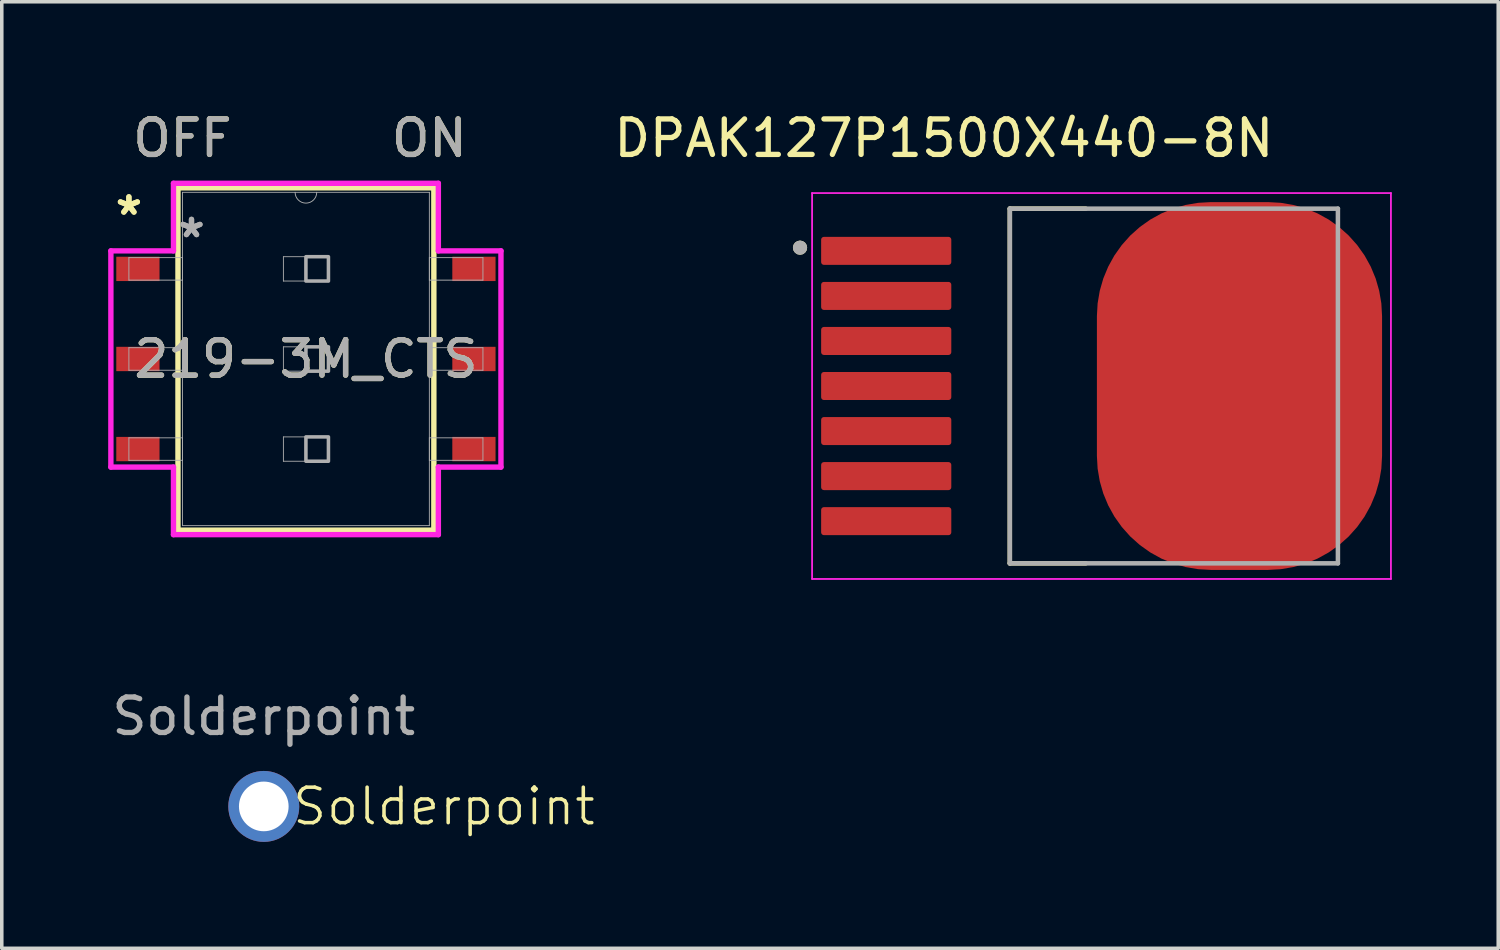
<source format=kicad_pcb>
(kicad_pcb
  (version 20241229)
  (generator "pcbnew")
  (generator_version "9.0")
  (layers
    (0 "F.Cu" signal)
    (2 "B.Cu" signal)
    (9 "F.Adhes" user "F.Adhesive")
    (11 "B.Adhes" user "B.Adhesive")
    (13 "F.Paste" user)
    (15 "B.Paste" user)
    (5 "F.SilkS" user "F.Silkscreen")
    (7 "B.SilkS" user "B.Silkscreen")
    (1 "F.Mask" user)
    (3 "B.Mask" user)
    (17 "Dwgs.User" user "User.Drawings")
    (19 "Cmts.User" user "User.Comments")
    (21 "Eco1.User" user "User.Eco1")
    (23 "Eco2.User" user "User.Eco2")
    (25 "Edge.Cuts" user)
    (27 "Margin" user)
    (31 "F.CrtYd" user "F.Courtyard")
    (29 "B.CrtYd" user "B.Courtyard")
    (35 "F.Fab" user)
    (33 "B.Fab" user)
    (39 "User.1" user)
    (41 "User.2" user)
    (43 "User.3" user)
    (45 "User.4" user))
  (footprint "219-3M_CTS"
    (layer "F.Cu")
    (at 5.575 7.071)
    (property "Reference" "219-3M_CTS" (at 0 0 0) (unlocked yes) (layer "F.SilkS") (effects (font (size 1 1) (thickness 0.15))))
    (attr smd)
    (fp_line (start -3.607 -4.826) (end -3.607 4.826) (stroke (width 0.152) (type solid)) (layer "F.SilkS"))
    (fp_line (start -3.607 4.826) (end 3.607 4.826) (stroke (width 0.152) (type solid)) (layer "F.SilkS"))
    (fp_line (start 3.607 -4.826) (end -3.607 -4.826) (stroke (width 0.152) (type solid)) (layer "F.SilkS"))
    (fp_line (start 3.607 4.826) (end 3.607 -4.826) (stroke (width 0.152) (type solid)) (layer "F.SilkS"))
    (fp_line (start -5.499 -3.048) (end -3.734 -3.048) (stroke (width 0.152) (type solid)) (layer "F.CrtYd"))
    (fp_line (start -5.499 3.048) (end -5.499 -3.048) (stroke (width 0.152) (type solid)) (layer "F.CrtYd"))
    (fp_line (start -3.734 -4.953) (end 3.734 -4.953) (stroke (width 0.152) (type solid)) (layer "F.CrtYd"))
    (fp_line (start -3.734 -3.048) (end -3.734 -4.953) (stroke (width 0.152) (type solid)) (layer "F.CrtYd"))
    (fp_line (start -3.734 3.048) (end -5.499 3.048) (stroke (width 0.152) (type solid)) (layer "F.CrtYd"))
    (fp_line (start -3.734 4.953) (end -3.734 3.048) (stroke (width 0.152) (type solid)) (layer "F.CrtYd"))
    (fp_line (start 3.734 -4.953) (end 3.734 -3.048) (stroke (width 0.152) (type solid)) (layer "F.CrtYd"))
    (fp_line (start 3.734 -3.048) (end 5.499 -3.048) (stroke (width 0.152) (type solid)) (layer "F.CrtYd"))
    (fp_line (start 3.734 3.048) (end 3.734 4.953) (stroke (width 0.152) (type solid)) (layer "F.CrtYd"))
    (fp_line (start 3.734 4.953) (end -3.734 4.953) (stroke (width 0.152) (type solid)) (layer "F.CrtYd"))
    (fp_line (start 5.499 -3.048) (end 5.499 3.048) (stroke (width 0.152) (type solid)) (layer "F.CrtYd"))
    (fp_line (start 5.499 3.048) (end 3.734 3.048) (stroke (width 0.152) (type solid)) (layer "F.CrtYd"))
    (fp_line (start -4.991 -2.857) (end -4.991 -2.223) (stroke (width 0.025) (type solid)) (layer "F.Fab"))
    (fp_line (start -4.991 -2.223) (end -3.48 -2.223) (stroke (width 0.025) (type solid)) (layer "F.Fab"))
    (fp_line (start -4.991 -0.318) (end -4.991 0.318) (stroke (width 0.025) (type solid)) (layer "F.Fab"))
    (fp_line (start -4.991 0.318) (end -3.48 0.318) (stroke (width 0.025) (type solid)) (layer "F.Fab"))
    (fp_line (start -4.991 2.223) (end -4.991 2.857) (stroke (width 0.025) (type solid)) (layer "F.Fab"))
    (fp_line (start -4.991 2.857) (end -3.48 2.857) (stroke (width 0.025) (type solid)) (layer "F.Fab"))
    (fp_line (start -3.48 -4.699) (end -3.48 4.699) (stroke (width 0.025) (type solid)) (layer "F.Fab"))
    (fp_line (start -3.48 -2.857) (end -4.991 -2.857) (stroke (width 0.025) (type solid)) (layer "F.Fab"))
    (fp_line (start -3.48 -2.223) (end -3.48 -2.857) (stroke (width 0.025) (type solid)) (layer "F.Fab"))
    (fp_line (start -3.48 -0.318) (end -4.991 -0.318) (stroke (width 0.025) (type solid)) (layer "F.Fab"))
    (fp_line (start -3.48 0.318) (end -3.48 -0.318) (stroke (width 0.025) (type solid)) (layer "F.Fab"))
    (fp_line (start -3.48 2.223) (end -4.991 2.223) (stroke (width 0.025) (type solid)) (layer "F.Fab"))
    (fp_line (start -3.48 2.857) (end -3.48 2.223) (stroke (width 0.025) (type solid)) (layer "F.Fab"))
    (fp_line (start -3.48 4.699) (end 3.48 4.699) (stroke (width 0.025) (type solid)) (layer "F.Fab"))
    (fp_line (start -0.635 -2.883) (end 0.635 -2.883) (stroke (width 0.025) (type solid)) (layer "F.Fab"))
    (fp_line (start -0.635 -2.197) (end -0.635 -2.883) (stroke (width 0.025) (type solid)) (layer "F.Fab"))
    (fp_line (start -0.635 -0.343) (end 0.635 -0.343) (stroke (width 0.025) (type solid)) (layer "F.Fab"))
    (fp_line (start -0.635 0.343) (end -0.635 -0.343) (stroke (width 0.025) (type solid)) (layer "F.Fab"))
    (fp_line (start -0.635 2.197) (end 0.635 2.197) (stroke (width 0.025) (type solid)) (layer "F.Fab"))
    (fp_line (start -0.635 2.883) (end -0.635 2.197) (stroke (width 0.025) (type solid)) (layer "F.Fab"))
    (fp_line (start 0.635 -2.883) (end 0.635 -2.197) (stroke (width 0.025) (type solid)) (layer "F.Fab"))
    (fp_line (start 0.635 -2.197) (end -0.635 -2.197) (stroke (width 0.025) (type solid)) (layer "F.Fab"))
    (fp_line (start 0.635 -0.343) (end 0.635 0.343) (stroke (width 0.025) (type solid)) (layer "F.Fab"))
    (fp_line (start 0.635 0.343) (end -0.635 0.343) (stroke (width 0.025) (type solid)) (layer "F.Fab"))
    (fp_line (start 0.635 2.197) (end 0.635 2.883) (stroke (width 0.025) (type solid)) (layer "F.Fab"))
    (fp_line (start 0.635 2.883) (end -0.635 2.883) (stroke (width 0.025) (type solid)) (layer "F.Fab"))
    (fp_line (start 3.48 -4.699) (end -3.48 -4.699) (stroke (width 0.025) (type solid)) (layer "F.Fab"))
    (fp_line (start 3.48 -2.857) (end 3.48 -2.223) (stroke (width 0.025) (type solid)) (layer "F.Fab"))
    (fp_line (start 3.48 -2.223) (end 4.991 -2.223) (stroke (width 0.025) (type solid)) (layer "F.Fab"))
    (fp_line (start 3.48 -0.318) (end 3.48 0.318) (stroke (width 0.025) (type solid)) (layer "F.Fab"))
    (fp_line (start 3.48 0.318) (end 4.991 0.318) (stroke (width 0.025) (type solid)) (layer "F.Fab"))
    (fp_line (start 3.48 2.223) (end 3.48 2.857) (stroke (width 0.025) (type solid)) (layer "F.Fab"))
    (fp_line (start 3.48 2.857) (end 4.991 2.857) (stroke (width 0.025) (type solid)) (layer "F.Fab"))
    (fp_line (start 3.48 4.699) (end 3.48 -4.699) (stroke (width 0.025) (type solid)) (layer "F.Fab"))
    (fp_line (start 4.991 -2.857) (end 3.48 -2.857) (stroke (width 0.025) (type solid)) (layer "F.Fab"))
    (fp_line (start 4.991 -2.223) (end 4.991 -2.857) (stroke (width 0.025) (type solid)) (layer "F.Fab"))
    (fp_line (start 4.991 -0.318) (end 3.48 -0.318) (stroke (width 0.025) (type solid)) (layer "F.Fab"))
    (fp_line (start 4.991 0.318) (end 4.991 -0.318) (stroke (width 0.025) (type solid)) (layer "F.Fab"))
    (fp_line (start 4.991 2.223) (end 3.48 2.223) (stroke (width 0.025) (type solid)) (layer "F.Fab"))
    (fp_line (start 4.991 2.857) (end 4.991 2.223) (stroke (width 0.025) (type solid)) (layer "F.Fab"))
    (fp_arc (start 0.3048 -4.699) (mid 0 -4.3942) (end -0.3048 -4.699) (stroke (width 0.0254) (type solid)) (layer "F.Fab"))
    (fp_poly (pts (xy 0 -2.883) (xy 0.635 -2.883) (xy 0.635 -2.197) (xy 0 -2.197)) (stroke (width 0.1) (type solid)) (fill no) (layer "F.Fab"))
    (fp_poly (pts (xy 0 -0.343) (xy 0.635 -0.343) (xy 0.635 0.343) (xy 0 0.343)) (stroke (width 0.1) (type solid)) (fill no) (layer "F.Fab"))
    (fp_poly (pts (xy 0 2.197) (xy 0.635 2.197) (xy 0.635 2.883) (xy 0 2.883)) (stroke (width 0.1) (type solid)) (fill no) (layer "F.Fab"))
    (fp_text user "ON" (at 3.48 -6.223 0) (unlocked yes) (layer "F.SilkS") (effects (font (size 1 1) (thickness 0.15))))
    (fp_text user "OFF" (at -3.48 -6.223 0) (unlocked yes) (layer "F.SilkS") (effects (font (size 1 1) (thickness 0.15))))
    (fp_text user "*" (at -4.991 -4.026 0) (layer "F.SilkS") (effects (font (size 1 1) (thickness 0.15))))
    (fp_text user "*" (at -4.991 -4.026 0) (unlocked yes) (layer "F.SilkS") (effects (font (size 1 1) (thickness 0.15))))
    (fp_text user "*" (at -3.226 -3.391 0) (unlocked yes) (layer "F.Fab") (effects (font (size 1 1) (thickness 0.15))))
    (fp_text user "OFF" (at -3.48 -6.223 0) (unlocked yes) (layer "F.Fab") (effects (font (size 1 1) (thickness 0.15))))
    (fp_text user "${REFERENCE}" (at 0 0 0) (unlocked yes) (layer "F.Fab") (effects (font (size 1 1) (thickness 0.15))))
    (fp_text user "ON" (at 3.48 -6.223 0) (unlocked yes) (layer "F.Fab") (effects (font (size 1 1) (thickness 0.15))))
    (fp_text user "*" (at -3.226 -3.391 0) (layer "F.Fab") (effects (font (size 1 1) (thickness 0.15))))
    (pad "1" smd rect (at -4.737 -2.54) (size 1.219 0.686) (layers "F.Cu" "F.Mask" "F.Paste"))
    (pad "2" smd rect (at -4.737 0) (size 1.219 0.686) (layers "F.Cu" "F.Mask" "F.Paste"))
    (pad "3" smd rect (at -4.737 2.54) (size 1.219 0.686) (layers "F.Cu" "F.Mask" "F.Paste"))
    (pad "4" smd rect (at 4.737 2.54) (size 1.219 0.686) (layers "F.Cu" "F.Mask" "F.Paste"))
    (pad "5" smd rect (at 4.737 0) (size 1.219 0.686) (layers "F.Cu" "F.Mask" "F.Paste"))
    (pad "6" smd rect (at 4.737 -2.54) (size 1.219 0.686) (layers "F.Cu" "F.Mask" "F.Paste")))
  (footprint "DPAK127P1500X440-8N"
    (layer "F.Cu")
    (at 28.006 7.833)
    (property "Reference" "DPAK127P1500X440-8N" (at -4.445 -6.985 0) (layer "F.SilkS") (effects (font (size 1 1) (thickness 0.15))))
    (attr smd)
    (fp_line (start -2.585 -5) (end -2.585 5) (stroke (width 0.127) (type solid)) (layer "F.SilkS"))
    (fp_line (start -2.585 5) (end -0.444 5) (stroke (width 0.127) (type solid)) (layer "F.SilkS"))
    (fp_line (start -0.444 -5) (end -2.585 -5) (stroke (width 0.127) (type solid)) (layer "F.SilkS"))
    (fp_circle (center -8.5 -3.9) (end -8.4 -3.9) (stroke (width 0.2) (type solid)) (fill no) (layer "F.SilkS"))
    (fp_poly (pts (xy 0.505 -4.93) (xy 1.915 -4.93) (xy 1.915 -3.35) (xy 0.505 -3.35)) (stroke (width 0.01) (type solid)) (fill yes) (layer "F.Paste"))
    (fp_poly (pts (xy 0.505 -2.86) (xy 1.915 -2.86) (xy 1.915 -1.28) (xy 0.505 -1.28)) (stroke (width 0.01) (type solid)) (fill yes) (layer "F.Paste"))
    (fp_poly (pts (xy 0.505 -0.79) (xy 1.915 -0.79) (xy 1.915 0.79) (xy 0.505 0.79)) (stroke (width 0.01) (type solid)) (fill yes) (layer "F.Paste"))
    (fp_poly (pts (xy 0.505 1.28) (xy 1.915 1.28) (xy 1.915 2.86) (xy 0.505 2.86)) (stroke (width 0.01) (type solid)) (fill yes) (layer "F.Paste"))
    (fp_poly (pts (xy 0.505 3.35) (xy 1.915 3.35) (xy 1.915 4.93) (xy 0.505 4.93)) (stroke (width 0.01) (type solid)) (fill yes) (layer "F.Paste"))
    (fp_poly (pts (xy 3.185 -4.93) (xy 4.595 -4.93) (xy 4.595 -3.35) (xy 3.185 -3.35)) (stroke (width 0.01) (type solid)) (fill yes) (layer "F.Paste"))
    (fp_poly (pts (xy 3.185 -2.86) (xy 4.595 -2.86) (xy 4.595 -1.28) (xy 3.185 -1.28)) (stroke (width 0.01) (type solid)) (fill yes) (layer "F.Paste"))
    (fp_poly (pts (xy 3.185 -0.79) (xy 4.595 -0.79) (xy 4.595 0.79) (xy 3.185 0.79)) (stroke (width 0.01) (type solid)) (fill yes) (layer "F.Paste"))
    (fp_poly (pts (xy 3.185 1.28) (xy 4.595 1.28) (xy 4.595 2.86) (xy 3.185 2.86)) (stroke (width 0.01) (type solid)) (fill yes) (layer "F.Paste"))
    (fp_poly (pts (xy 3.185 3.35) (xy 4.595 3.35) (xy 4.595 4.93) (xy 3.185 4.93)) (stroke (width 0.01) (type solid)) (fill yes) (layer "F.Paste"))
    (fp_poly (pts (xy 5.865 -4.93) (xy 7.275 -4.93) (xy 7.275 -3.35) (xy 5.865 -3.35)) (stroke (width 0.01) (type solid)) (fill yes) (layer "F.Paste"))
    (fp_poly (pts (xy 5.865 -2.86) (xy 7.275 -2.86) (xy 7.275 -1.28) (xy 5.865 -1.28)) (stroke (width 0.01) (type solid)) (fill yes) (layer "F.Paste"))
    (fp_poly (pts (xy 5.865 -0.79) (xy 7.275 -0.79) (xy 7.275 0.79) (xy 5.865 0.79)) (stroke (width 0.01) (type solid)) (fill yes) (layer "F.Paste"))
    (fp_poly (pts (xy 5.865 1.28) (xy 7.275 1.28) (xy 7.275 2.86) (xy 5.865 2.86)) (stroke (width 0.01) (type solid)) (fill yes) (layer "F.Paste"))
    (fp_poly (pts (xy 5.865 3.35) (xy 7.275 3.35) (xy 7.275 4.93) (xy 5.865 4.93)) (stroke (width 0.01) (type solid)) (fill yes) (layer "F.Paste"))
    (fp_line (start -8.16 -5.44) (end 8.16 -5.44) (stroke (width 0.05) (type solid)) (layer "F.CrtYd"))
    (fp_line (start -8.16 5.44) (end -8.16 -5.44) (stroke (width 0.05) (type solid)) (layer "F.CrtYd"))
    (fp_line (start 8.16 -5.44) (end 8.16 5.44) (stroke (width 0.05) (type solid)) (layer "F.CrtYd"))
    (fp_line (start 8.16 5.44) (end -8.16 5.44) (stroke (width 0.05) (type solid)) (layer "F.CrtYd"))
    (fp_line (start -2.585 -5) (end 6.665 -5) (stroke (width 0.127) (type solid)) (layer "F.Fab"))
    (fp_line (start -2.585 5) (end -2.585 -5) (stroke (width 0.127) (type solid)) (layer "F.Fab"))
    (fp_line (start 6.665 -5) (end 6.665 5) (stroke (width 0.127) (type solid)) (layer "F.Fab"))
    (fp_line (start 6.665 5) (end -2.585 5) (stroke (width 0.127) (type solid)) (layer "F.Fab"))
    (fp_circle (center -8.5 -3.9) (end -8.4 -3.9) (stroke (width 0.2) (type solid)) (fill no) (layer "F.Fab"))
    (pad "1" smd roundrect (at -6.07 -3.81) (size 3.67 0.79) (layers "F.Cu" "F.Mask" "F.Paste") (roundrect_rratio 0.1))
    (pad "2" smd roundrect (at -6.07 -2.54) (size 3.67 0.79) (layers "F.Cu" "F.Mask" "F.Paste") (roundrect_rratio 0.1))
    (pad "3" smd roundrect (at -6.07 -1.27) (size 3.67 0.79) (layers "F.Cu" "F.Mask" "F.Paste") (roundrect_rratio 0.1))
    (pad "4" smd roundrect (at -6.07 0) (size 3.67 0.79) (layers "F.Cu" "F.Mask" "F.Paste") (roundrect_rratio 0.1))
    (pad "5" smd roundrect (at -6.07 1.27) (size 3.67 0.79) (layers "F.Cu" "F.Mask" "F.Paste") (roundrect_rratio 0.1))
    (pad "6" smd roundrect (at -6.07 2.54) (size 3.67 0.79) (layers "F.Cu" "F.Mask" "F.Paste") (roundrect_rratio 0.1))
    (pad "7" smd roundrect (at -6.07 3.81) (size 3.67 0.79) (layers "F.Cu" "F.Mask" "F.Paste") (roundrect_rratio 0.1))
    (pad "8" smd roundrect (at 3.89 0 270) (size 10.37 8.04) (layers "F.Cu" "F.Mask") (roundrect_rratio 0.4)))
  (footprint "Solderpoint"
    (layer "F.Cu")
    (at 4.387 19.686)
    (property "Reference" "Solderpoint" (at 5.08 0 0) (unlocked yes) (layer "F.SilkS") (effects (font (size 1 1) (thickness 0.1))))
    (attr through_hole)
    (fp_text user "${REFERENCE}" (at 0 -2.54 0) (unlocked yes) (layer "F.Fab") (effects (font (size 1 1) (thickness 0.15))))
    (pad "1" thru_hole circle (at 0 0) (size 2 2) (drill 1.4) (layers "*.Cu" "*.Mask")))
  (gr_rect
    (start -3 -3)
    (end 39.191 23.686)
    (stroke (width 0.1) (type default))
    (fill no)
    (layer "Edge.Cuts")))
</source>
